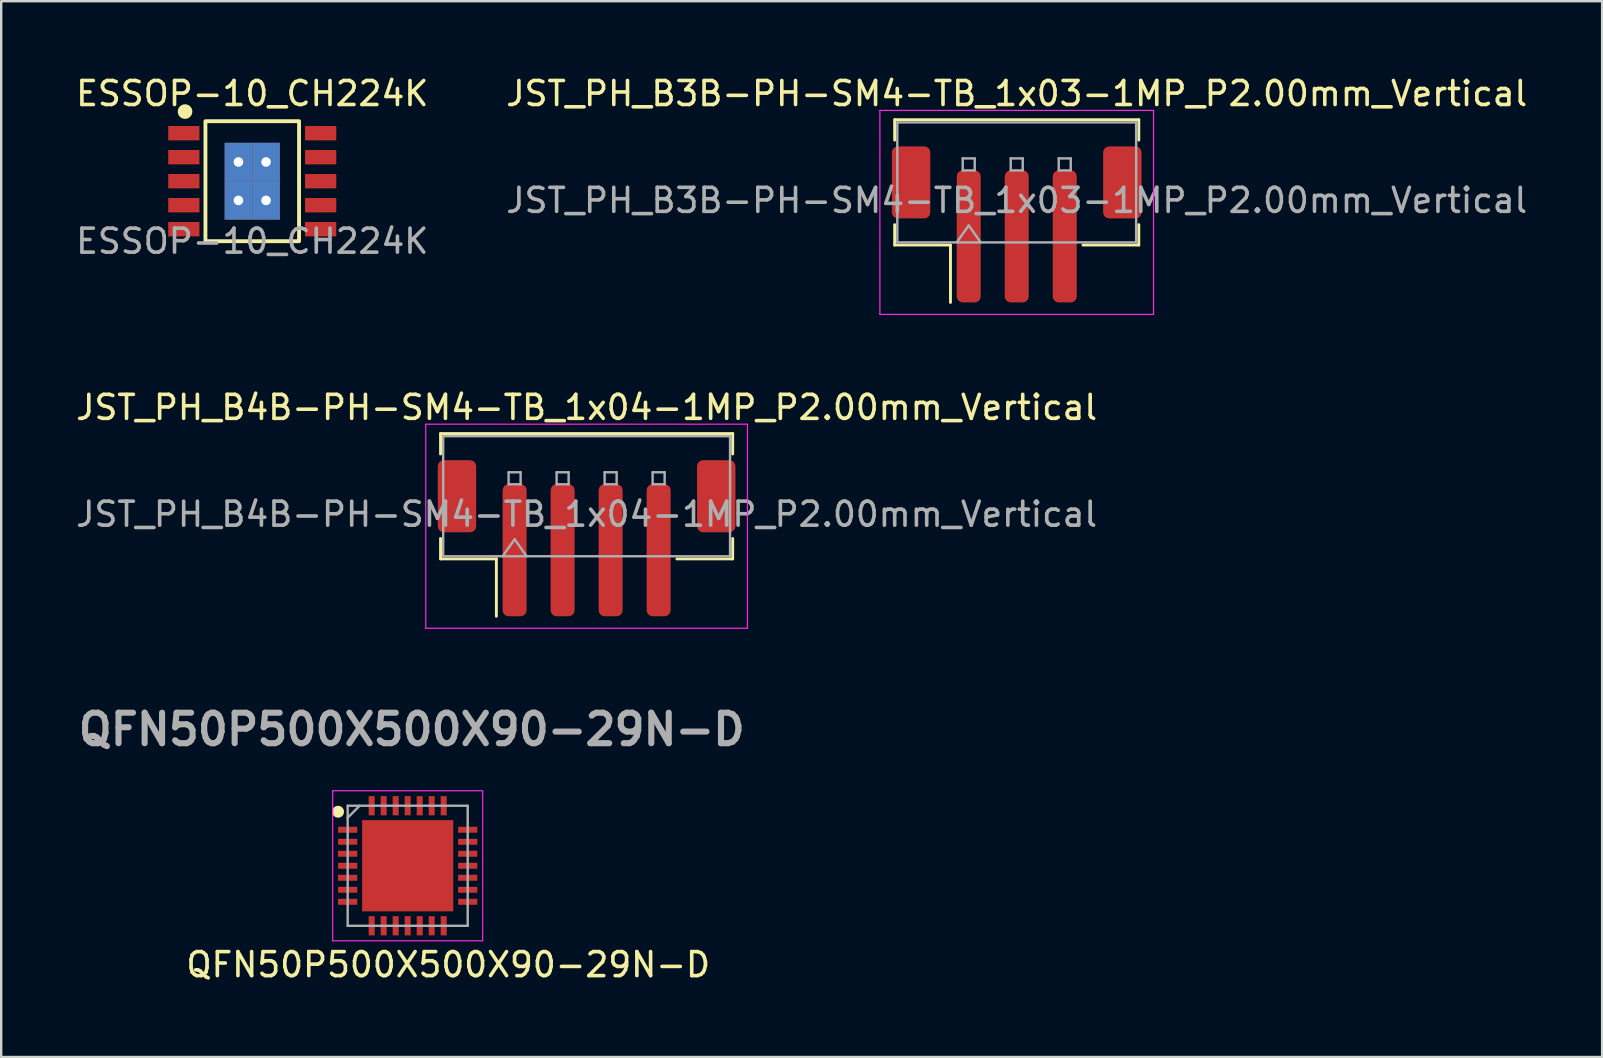
<source format=kicad_pcb>
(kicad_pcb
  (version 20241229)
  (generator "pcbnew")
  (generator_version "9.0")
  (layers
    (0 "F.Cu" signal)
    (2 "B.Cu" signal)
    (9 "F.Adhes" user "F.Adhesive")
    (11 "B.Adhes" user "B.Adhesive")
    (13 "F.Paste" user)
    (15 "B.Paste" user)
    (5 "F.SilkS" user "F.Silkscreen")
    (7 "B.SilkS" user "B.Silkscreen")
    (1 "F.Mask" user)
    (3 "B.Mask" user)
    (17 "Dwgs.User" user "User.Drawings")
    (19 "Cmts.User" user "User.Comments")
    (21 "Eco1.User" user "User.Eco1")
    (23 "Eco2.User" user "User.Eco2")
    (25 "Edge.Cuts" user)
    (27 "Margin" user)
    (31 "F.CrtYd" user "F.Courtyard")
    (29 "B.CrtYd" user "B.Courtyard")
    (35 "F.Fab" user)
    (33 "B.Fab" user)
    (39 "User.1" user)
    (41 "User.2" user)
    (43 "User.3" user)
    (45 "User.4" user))
  (footprint "ESSOP-10_CH224K"
    (layer "F.Cu")
    (at 7.458 4.498)
    (property "Reference" "ESSOP-10_CH224K" (at 0 -3.65 0) (unlocked yes) (layer "F.SilkS") (effects (font (size 1 1) (thickness 0.15))))
    (attr smd)
    (fp_rect (start -1.95 -2.5) (end 1.95 2.5) (stroke (width 0.16) (type default)) (fill no) (layer "F.SilkS"))
    (fp_circle (center -2.8 -2.9) (end -2.576 -2.9) (stroke (width 0.16) (type solid)) (fill yes) (layer "F.SilkS"))
    (fp_text user "${REFERENCE}" (at 0 2.5 0) (unlocked yes) (layer "F.Fab") (effects (font (size 1 1) (thickness 0.15))))
    (pad "0" thru_hole rect (at -0.575 -0.8) (size 1.15 1.6) (drill 0.4) (layers "*.Cu" "*.Mask" "F.Paste"))
    (pad "0" thru_hole rect (at -0.575 0.8) (size 1.15 1.6) (drill 0.4) (layers "*.Cu" "*.Mask" "F.Paste"))
    (pad "0" thru_hole rect (at 0.575 -0.8) (size 1.15 1.6) (drill 0.4) (layers "*.Cu" "*.Mask" "F.Paste"))
    (pad "0" thru_hole rect (at 0.575 0.8) (size 1.15 1.6) (drill 0.4) (layers "*.Cu" "*.Mask" "F.Paste"))
    (pad "1" smd rect (at -2.85 -2) (size 1.3 0.6) (layers "F.Cu" "F.Mask" "F.Paste"))
    (pad "2" smd rect (at -2.85 -1) (size 1.3 0.6) (layers "F.Cu" "F.Mask" "F.Paste"))
    (pad "3" smd rect (at -2.85 0) (size 1.3 0.6) (layers "F.Cu" "F.Mask" "F.Paste"))
    (pad "4" smd rect (at -2.85 1) (size 1.3 0.6) (layers "F.Cu" "F.Mask" "F.Paste"))
    (pad "5" smd rect (at -2.85 2) (size 1.3 0.6) (layers "F.Cu" "F.Mask" "F.Paste"))
    (pad "6" smd rect (at 2.85 2) (size 1.3 0.6) (layers "F.Cu" "F.Mask" "F.Paste"))
    (pad "7" smd rect (at 2.85 1) (size 1.3 0.6) (layers "F.Cu" "F.Mask" "F.Paste"))
    (pad "8" smd rect (at 2.85 0) (size 1.3 0.6) (layers "F.Cu" "F.Mask" "F.Paste"))
    (pad "9" smd rect (at 2.85 -1) (size 1.3 0.6) (layers "F.Cu" "F.Mask" "F.Paste"))
    (pad "10" smd rect (at 2.85 -2) (size 1.3 0.6) (layers "F.Cu" "F.Mask" "F.Paste")))
  (footprint "JST_PH_B4B-PH-SM4-TB_1x04-1MP_P2.00mm_Vertical"
    (layer "F.Cu")
    (at 21.387 19.372)
    (property "Reference" "JST_PH_B4B-PH-SM4-TB_1x04-1MP_P2.00mm_Vertical" (at 0 -5.45 0) (layer "F.SilkS") (effects (font (size 1 1) (thickness 0.15))))
    (attr smd)
    (fp_line (start -6.085 -4.36) (end 6.085 -4.36) (stroke (width 0.12) (type solid)) (layer "F.SilkS"))
    (fp_line (start -6.085 -3.51) (end -6.085 -4.36) (stroke (width 0.12) (type solid)) (layer "F.SilkS"))
    (fp_line (start -6.085 0.01) (end -6.085 0.86) (stroke (width 0.12) (type solid)) (layer "F.SilkS"))
    (fp_line (start -6.085 0.86) (end -3.76 0.86) (stroke (width 0.12) (type solid)) (layer "F.SilkS"))
    (fp_line (start -3.76 0.86) (end -3.76 3.25) (stroke (width 0.12) (type solid)) (layer "F.SilkS"))
    (fp_line (start 6.085 -4.36) (end 6.085 -3.51) (stroke (width 0.12) (type solid)) (layer "F.SilkS"))
    (fp_line (start 6.085 0.01) (end 6.085 0.86) (stroke (width 0.12) (type solid)) (layer "F.SilkS"))
    (fp_line (start 6.085 0.86) (end 3.76 0.86) (stroke (width 0.12) (type solid)) (layer "F.SilkS"))
    (fp_line (start -6.7 -4.75) (end -6.7 3.75) (stroke (width 0.05) (type solid)) (layer "F.CrtYd"))
    (fp_line (start -6.7 3.75) (end 6.7 3.75) (stroke (width 0.05) (type solid)) (layer "F.CrtYd"))
    (fp_line (start 6.7 -4.75) (end -6.7 -4.75) (stroke (width 0.05) (type solid)) (layer "F.CrtYd"))
    (fp_line (start 6.7 3.75) (end 6.7 -4.75) (stroke (width 0.05) (type solid)) (layer "F.CrtYd"))
    (fp_line (start -5.975 -4.25) (end 5.975 -4.25) (stroke (width 0.1) (type solid)) (layer "F.Fab"))
    (fp_line (start -5.975 0.75) (end -5.975 -4.25) (stroke (width 0.1) (type solid)) (layer "F.Fab"))
    (fp_line (start -5.975 0.75) (end 5.975 0.75) (stroke (width 0.1) (type solid)) (layer "F.Fab"))
    (fp_line (start -3.5 0.75) (end -3 0.043) (stroke (width 0.1) (type solid)) (layer "F.Fab"))
    (fp_line (start -3.25 -2.75) (end -3.25 -2.25) (stroke (width 0.1) (type solid)) (layer "F.Fab"))
    (fp_line (start -3.25 -2.25) (end -2.75 -2.25) (stroke (width 0.1) (type solid)) (layer "F.Fab"))
    (fp_line (start -3 0.043) (end -2.5 0.75) (stroke (width 0.1) (type solid)) (layer "F.Fab"))
    (fp_line (start -2.75 -2.75) (end -3.25 -2.75) (stroke (width 0.1) (type solid)) (layer "F.Fab"))
    (fp_line (start -2.75 -2.25) (end -2.75 -2.75) (stroke (width 0.1) (type solid)) (layer "F.Fab"))
    (fp_line (start -1.25 -2.75) (end -1.25 -2.25) (stroke (width 0.1) (type solid)) (layer "F.Fab"))
    (fp_line (start -1.25 -2.25) (end -0.75 -2.25) (stroke (width 0.1) (type solid)) (layer "F.Fab"))
    (fp_line (start -0.75 -2.75) (end -1.25 -2.75) (stroke (width 0.1) (type solid)) (layer "F.Fab"))
    (fp_line (start -0.75 -2.25) (end -0.75 -2.75) (stroke (width 0.1) (type solid)) (layer "F.Fab"))
    (fp_line (start 0.75 -2.75) (end 0.75 -2.25) (stroke (width 0.1) (type solid)) (layer "F.Fab"))
    (fp_line (start 0.75 -2.25) (end 1.25 -2.25) (stroke (width 0.1) (type solid)) (layer "F.Fab"))
    (fp_line (start 1.25 -2.75) (end 0.75 -2.75) (stroke (width 0.1) (type solid)) (layer "F.Fab"))
    (fp_line (start 1.25 -2.25) (end 1.25 -2.75) (stroke (width 0.1) (type solid)) (layer "F.Fab"))
    (fp_line (start 2.75 -2.75) (end 2.75 -2.25) (stroke (width 0.1) (type solid)) (layer "F.Fab"))
    (fp_line (start 2.75 -2.25) (end 3.25 -2.25) (stroke (width 0.1) (type solid)) (layer "F.Fab"))
    (fp_line (start 3.25 -2.75) (end 2.75 -2.75) (stroke (width 0.1) (type solid)) (layer "F.Fab"))
    (fp_line (start 3.25 -2.25) (end 3.25 -2.75) (stroke (width 0.1) (type solid)) (layer "F.Fab"))
    (fp_line (start 5.975 0.75) (end 5.975 -4.25) (stroke (width 0.1) (type solid)) (layer "F.Fab"))
    (fp_text user "${REFERENCE}" (at 0 -1 0) (layer "F.Fab") (effects (font (size 1 1) (thickness 0.15))))
    (pad "1" smd roundrect (at -3 0.5) (size 1 5.5) (layers "F.Cu" "F.Mask" "F.Paste") (roundrect_rratio 0.25))
    (pad "2" smd roundrect (at -1 0.5) (size 1 5.5) (layers "F.Cu" "F.Mask" "F.Paste") (roundrect_rratio 0.25))
    (pad "3" smd roundrect (at 1 0.5) (size 1 5.5) (layers "F.Cu" "F.Mask" "F.Paste") (roundrect_rratio 0.25))
    (pad "4" smd roundrect (at 3 0.5) (size 1 5.5) (layers "F.Cu" "F.Mask" "F.Paste") (roundrect_rratio 0.25))
    (pad "MP" smd roundrect (at -5.4 -1.75) (size 1.6 3) (layers "F.Cu" "F.Mask" "F.Paste") (roundrect_rratio 0.156))
    (pad "MP" smd roundrect (at 5.4 -1.75) (size 1.6 3) (layers "F.Cu" "F.Mask" "F.Paste") (roundrect_rratio 0.156)))
  (footprint "JST_PH_B3B-PH-SM4-TB_1x03-1MP_P2.00mm_Vertical"
    (layer "F.Cu")
    (at 39.304 6.298)
    (property "Reference" "JST_PH_B3B-PH-SM4-TB_1x03-1MP_P2.00mm_Vertical" (at 0 -5.45 0) (layer "F.SilkS") (effects (font (size 1 1) (thickness 0.15))))
    (attr smd)
    (fp_line (start -5.085 -4.36) (end 5.085 -4.36) (stroke (width 0.12) (type solid)) (layer "F.SilkS"))
    (fp_line (start -5.085 -3.51) (end -5.085 -4.36) (stroke (width 0.12) (type solid)) (layer "F.SilkS"))
    (fp_line (start -5.085 0.01) (end -5.085 0.86) (stroke (width 0.12) (type solid)) (layer "F.SilkS"))
    (fp_line (start -5.085 0.86) (end -2.76 0.86) (stroke (width 0.12) (type solid)) (layer "F.SilkS"))
    (fp_line (start -2.76 0.86) (end -2.76 3.25) (stroke (width 0.12) (type solid)) (layer "F.SilkS"))
    (fp_line (start 5.085 -4.36) (end 5.085 -3.51) (stroke (width 0.12) (type solid)) (layer "F.SilkS"))
    (fp_line (start 5.085 0.01) (end 5.085 0.86) (stroke (width 0.12) (type solid)) (layer "F.SilkS"))
    (fp_line (start 5.085 0.86) (end 2.76 0.86) (stroke (width 0.12) (type solid)) (layer "F.SilkS"))
    (fp_line (start -5.7 -4.75) (end -5.7 3.75) (stroke (width 0.05) (type solid)) (layer "F.CrtYd"))
    (fp_line (start -5.7 3.75) (end 5.7 3.75) (stroke (width 0.05) (type solid)) (layer "F.CrtYd"))
    (fp_line (start 5.7 -4.75) (end -5.7 -4.75) (stroke (width 0.05) (type solid)) (layer "F.CrtYd"))
    (fp_line (start 5.7 3.75) (end 5.7 -4.75) (stroke (width 0.05) (type solid)) (layer "F.CrtYd"))
    (fp_line (start -4.975 -4.25) (end 4.975 -4.25) (stroke (width 0.1) (type solid)) (layer "F.Fab"))
    (fp_line (start -4.975 0.75) (end -4.975 -4.25) (stroke (width 0.1) (type solid)) (layer "F.Fab"))
    (fp_line (start -4.975 0.75) (end 4.975 0.75) (stroke (width 0.1) (type solid)) (layer "F.Fab"))
    (fp_line (start -2.5 0.75) (end -2 0.043) (stroke (width 0.1) (type solid)) (layer "F.Fab"))
    (fp_line (start -2.25 -2.75) (end -2.25 -2.25) (stroke (width 0.1) (type solid)) (layer "F.Fab"))
    (fp_line (start -2.25 -2.25) (end -1.75 -2.25) (stroke (width 0.1) (type solid)) (layer "F.Fab"))
    (fp_line (start -2 0.043) (end -1.5 0.75) (stroke (width 0.1) (type solid)) (layer "F.Fab"))
    (fp_line (start -1.75 -2.75) (end -2.25 -2.75) (stroke (width 0.1) (type solid)) (layer "F.Fab"))
    (fp_line (start -1.75 -2.25) (end -1.75 -2.75) (stroke (width 0.1) (type solid)) (layer "F.Fab"))
    (fp_line (start -0.25 -2.75) (end -0.25 -2.25) (stroke (width 0.1) (type solid)) (layer "F.Fab"))
    (fp_line (start -0.25 -2.25) (end 0.25 -2.25) (stroke (width 0.1) (type solid)) (layer "F.Fab"))
    (fp_line (start 0.25 -2.75) (end -0.25 -2.75) (stroke (width 0.1) (type solid)) (layer "F.Fab"))
    (fp_line (start 0.25 -2.25) (end 0.25 -2.75) (stroke (width 0.1) (type solid)) (layer "F.Fab"))
    (fp_line (start 1.75 -2.75) (end 1.75 -2.25) (stroke (width 0.1) (type solid)) (layer "F.Fab"))
    (fp_line (start 1.75 -2.25) (end 2.25 -2.25) (stroke (width 0.1) (type solid)) (layer "F.Fab"))
    (fp_line (start 2.25 -2.75) (end 1.75 -2.75) (stroke (width 0.1) (type solid)) (layer "F.Fab"))
    (fp_line (start 2.25 -2.25) (end 2.25 -2.75) (stroke (width 0.1) (type solid)) (layer "F.Fab"))
    (fp_line (start 4.975 0.75) (end 4.975 -4.25) (stroke (width 0.1) (type solid)) (layer "F.Fab"))
    (fp_text user "${REFERENCE}" (at 0 -1 0) (layer "F.Fab") (effects (font (size 1 1) (thickness 0.15))))
    (pad "1" smd roundrect (at -2 0.5) (size 1 5.5) (layers "F.Cu" "F.Mask" "F.Paste") (roundrect_rratio 0.25))
    (pad "2" smd roundrect (at 0 0.5) (size 1 5.5) (layers "F.Cu" "F.Mask" "F.Paste") (roundrect_rratio 0.25))
    (pad "3" smd roundrect (at 2 0.5) (size 1 5.5) (layers "F.Cu" "F.Mask" "F.Paste") (roundrect_rratio 0.25))
    (pad "MP" smd roundrect (at -4.4 -1.75) (size 1.6 3) (layers "F.Cu" "F.Mask" "F.Paste") (roundrect_rratio 0.156))
    (pad "MP" smd roundrect (at 4.4 -1.75) (size 1.6 3) (layers "F.Cu" "F.Mask" "F.Paste") (roundrect_rratio 0.156)))
  (footprint "QFN50P500X500X90-29N-D"
    (layer "F.Cu")
    (at 13.933 33.015)
    (property "Reference" "QFN50P500X500X90-29N-D" (at 1.69 4.12 0) (layer "F.SilkS") (effects (font (size 1 1) (thickness 0.15))))
    (attr smd)
    (fp_circle (center -2.9 -2.25) (end -2.9 -2.125) (stroke (width 0.25) (type solid)) (fill no) (layer "F.SilkS"))
    (fp_line (start -3.125 -3.125) (end 3.125 -3.125) (stroke (width 0.05) (type solid)) (layer "F.CrtYd"))
    (fp_line (start -3.125 3.125) (end -3.125 -3.125) (stroke (width 0.05) (type solid)) (layer "F.CrtYd"))
    (fp_line (start 3.125 -3.125) (end 3.125 3.125) (stroke (width 0.05) (type solid)) (layer "F.CrtYd"))
    (fp_line (start 3.125 3.125) (end -3.125 3.125) (stroke (width 0.05) (type solid)) (layer "F.CrtYd"))
    (fp_line (start -2.5 -2.5) (end 2.5 -2.5) (stroke (width 0.1) (type solid)) (layer "F.Fab"))
    (fp_line (start -2.5 -2) (end -2 -2.5) (stroke (width 0.1) (type solid)) (layer "F.Fab"))
    (fp_line (start -2.5 2.5) (end -2.5 -2.5) (stroke (width 0.1) (type solid)) (layer "F.Fab"))
    (fp_line (start 2.5 -2.5) (end 2.5 2.5) (stroke (width 0.1) (type solid)) (layer "F.Fab"))
    (fp_line (start 2.5 2.5) (end -2.5 2.5) (stroke (width 0.1) (type solid)) (layer "F.Fab"))
    (fp_text user "${REFERENCE}" (at 0.17 -5.68 0) (layer "F.Fab") (effects (font (size 1.27 1.27) (thickness 0.254))))
    (pad "1" smd rect (at -2.5 -1.5 90) (size 0.25 0.8) (layers "F.Cu" "F.Mask" "F.Paste"))
    (pad "2" smd rect (at -2.5 -1 90) (size 0.25 0.8) (layers "F.Cu" "F.Mask" "F.Paste"))
    (pad "3" smd rect (at -2.5 -0.5 90) (size 0.25 0.8) (layers "F.Cu" "F.Mask" "F.Paste"))
    (pad "4" smd rect (at -2.5 0 90) (size 0.25 0.8) (layers "F.Cu" "F.Mask" "F.Paste"))
    (pad "5" smd rect (at -2.5 0.5 90) (size 0.25 0.8) (layers "F.Cu" "F.Mask" "F.Paste"))
    (pad "6" smd rect (at -2.5 1 90) (size 0.25 0.8) (layers "F.Cu" "F.Mask" "F.Paste"))
    (pad "7" smd rect (at -2.5 1.5 90) (size 0.25 0.8) (layers "F.Cu" "F.Mask" "F.Paste"))
    (pad "8" smd rect (at -1.5 2.5) (size 0.25 0.8) (layers "F.Cu" "F.Mask" "F.Paste"))
    (pad "9" smd rect (at -1 2.5) (size 0.25 0.8) (layers "F.Cu" "F.Mask" "F.Paste"))
    (pad "10" smd rect (at -0.5 2.5) (size 0.25 0.8) (layers "F.Cu" "F.Mask" "F.Paste"))
    (pad "11" smd rect (at 0 2.5) (size 0.25 0.8) (layers "F.Cu" "F.Mask" "F.Paste"))
    (pad "12" smd rect (at 0.5 2.5) (size 0.25 0.8) (layers "F.Cu" "F.Mask" "F.Paste"))
    (pad "13" smd rect (at 1 2.5) (size 0.25 0.8) (layers "F.Cu" "F.Mask" "F.Paste"))
    (pad "14" smd rect (at 1.5 2.5) (size 0.25 0.8) (layers "F.Cu" "F.Mask" "F.Paste"))
    (pad "15" smd rect (at 2.5 1.5 90) (size 0.25 0.8) (layers "F.Cu" "F.Mask" "F.Paste"))
    (pad "16" smd rect (at 2.5 1 90) (size 0.25 0.8) (layers "F.Cu" "F.Mask" "F.Paste"))
    (pad "17" smd rect (at 2.5 0.5 90) (size 0.25 0.8) (layers "F.Cu" "F.Mask" "F.Paste"))
    (pad "18" smd rect (at 2.5 0 90) (size 0.25 0.8) (layers "F.Cu" "F.Mask" "F.Paste"))
    (pad "19" smd rect (at 2.5 -0.5 90) (size 0.25 0.8) (layers "F.Cu" "F.Mask" "F.Paste"))
    (pad "20" smd rect (at 2.5 -1 90) (size 0.25 0.8) (layers "F.Cu" "F.Mask" "F.Paste"))
    (pad "21" smd rect (at 2.5 -1.5 90) (size 0.25 0.8) (layers "F.Cu" "F.Mask" "F.Paste"))
    (pad "22" smd rect (at 1.5 -2.5) (size 0.25 0.8) (layers "F.Cu" "F.Mask" "F.Paste"))
    (pad "23" smd rect (at 1 -2.5) (size 0.25 0.8) (layers "F.Cu" "F.Mask" "F.Paste"))
    (pad "24" smd rect (at 0.5 -2.5) (size 0.25 0.8) (layers "F.Cu" "F.Mask" "F.Paste"))
    (pad "25" smd rect (at 0 -2.5) (size 0.25 0.8) (layers "F.Cu" "F.Mask" "F.Paste"))
    (pad "26" smd rect (at -0.5 -2.5) (size 0.25 0.8) (layers "F.Cu" "F.Mask" "F.Paste"))
    (pad "27" smd rect (at -1 -2.5) (size 0.25 0.8) (layers "F.Cu" "F.Mask" "F.Paste"))
    (pad "28" smd rect (at -1.5 -2.5) (size 0.25 0.8) (layers "F.Cu" "F.Mask" "F.Paste"))
    (pad "29" smd rect (at 0 0) (size 3.8 3.8) (layers "F.Cu" "F.Mask" "F.Paste")))
  (gr_rect
    (start -3 -3)
    (end 63.69 40.983)
    (stroke (width 0.1) (type default))
    (fill no)
    (layer "Edge.Cuts")))
</source>
